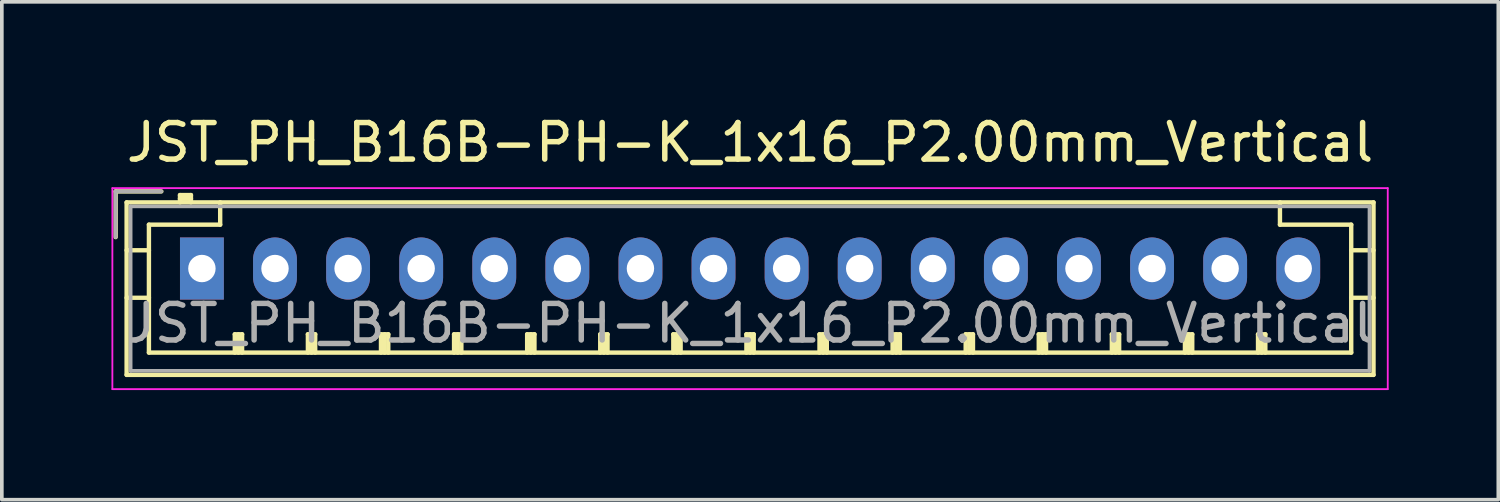
<source format=kicad_pcb>
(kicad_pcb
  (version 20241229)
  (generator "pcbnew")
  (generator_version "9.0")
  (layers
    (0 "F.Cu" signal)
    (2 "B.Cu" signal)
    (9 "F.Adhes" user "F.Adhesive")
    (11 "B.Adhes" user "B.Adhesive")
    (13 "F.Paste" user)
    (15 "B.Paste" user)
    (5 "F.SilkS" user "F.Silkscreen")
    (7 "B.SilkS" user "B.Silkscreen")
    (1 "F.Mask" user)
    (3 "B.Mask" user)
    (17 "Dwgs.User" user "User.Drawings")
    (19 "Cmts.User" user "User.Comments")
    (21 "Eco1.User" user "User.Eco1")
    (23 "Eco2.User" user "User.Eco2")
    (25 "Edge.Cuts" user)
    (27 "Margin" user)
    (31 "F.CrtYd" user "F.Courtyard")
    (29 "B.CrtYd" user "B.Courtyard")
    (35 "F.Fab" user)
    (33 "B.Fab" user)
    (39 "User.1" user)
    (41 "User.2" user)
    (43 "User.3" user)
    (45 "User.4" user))
  (footprint "JST_PH_B16B-PH-K_1x16_P2.00mm_Vertical"
    (layer "F.Cu")
    (at 2.475 4.298)
    (property "Reference" "JST_PH_B16B-PH-K_1x16_P2.00mm_Vertical" (at 15 -3.45 0) (layer "F.SilkS") (effects (font (size 1 1) (thickness 0.15))))
    (attr through_hole)
    (fp_line (start -2.36 -2.11) (end -2.36 -0.86) (stroke (width 0.12) (type solid)) (layer "F.SilkS"))
    (fp_line (start -2.06 -1.81) (end -2.06 2.91) (stroke (width 0.12) (type solid)) (layer "F.SilkS"))
    (fp_line (start -2.06 -0.5) (end -1.45 -0.5) (stroke (width 0.12) (type solid)) (layer "F.SilkS"))
    (fp_line (start -2.06 0.8) (end -1.45 0.8) (stroke (width 0.12) (type solid)) (layer "F.SilkS"))
    (fp_line (start -2.06 2.91) (end 32.06 2.91) (stroke (width 0.12) (type solid)) (layer "F.SilkS"))
    (fp_line (start -1.45 -1.2) (end -1.45 2.3) (stroke (width 0.12) (type solid)) (layer "F.SilkS"))
    (fp_line (start -1.45 2.3) (end 31.45 2.3) (stroke (width 0.12) (type solid)) (layer "F.SilkS"))
    (fp_line (start -1.11 -2.11) (end -2.36 -2.11) (stroke (width 0.12) (type solid)) (layer "F.SilkS"))
    (fp_line (start -0.6 -2.01) (end -0.6 -1.81) (stroke (width 0.12) (type solid)) (layer "F.SilkS"))
    (fp_line (start -0.3 -2.01) (end -0.6 -2.01) (stroke (width 0.12) (type solid)) (layer "F.SilkS"))
    (fp_line (start -0.3 -1.91) (end -0.6 -1.91) (stroke (width 0.12) (type solid)) (layer "F.SilkS"))
    (fp_line (start -0.3 -1.81) (end -0.3 -2.01) (stroke (width 0.12) (type solid)) (layer "F.SilkS"))
    (fp_line (start 0.5 -1.81) (end 0.5 -1.2) (stroke (width 0.12) (type solid)) (layer "F.SilkS"))
    (fp_line (start 0.5 -1.2) (end -1.45 -1.2) (stroke (width 0.12) (type solid)) (layer "F.SilkS"))
    (fp_line (start 0.9 1.8) (end 1.1 1.8) (stroke (width 0.12) (type solid)) (layer "F.SilkS"))
    (fp_line (start 0.9 2.3) (end 0.9 1.8) (stroke (width 0.12) (type solid)) (layer "F.SilkS"))
    (fp_line (start 1 2.3) (end 1 1.8) (stroke (width 0.12) (type solid)) (layer "F.SilkS"))
    (fp_line (start 1.1 1.8) (end 1.1 2.3) (stroke (width 0.12) (type solid)) (layer "F.SilkS"))
    (fp_line (start 2.9 1.8) (end 3.1 1.8) (stroke (width 0.12) (type solid)) (layer "F.SilkS"))
    (fp_line (start 2.9 2.3) (end 2.9 1.8) (stroke (width 0.12) (type solid)) (layer "F.SilkS"))
    (fp_line (start 3 2.3) (end 3 1.8) (stroke (width 0.12) (type solid)) (layer "F.SilkS"))
    (fp_line (start 3.1 1.8) (end 3.1 2.3) (stroke (width 0.12) (type solid)) (layer "F.SilkS"))
    (fp_line (start 4.9 1.8) (end 5.1 1.8) (stroke (width 0.12) (type solid)) (layer "F.SilkS"))
    (fp_line (start 4.9 2.3) (end 4.9 1.8) (stroke (width 0.12) (type solid)) (layer "F.SilkS"))
    (fp_line (start 5 2.3) (end 5 1.8) (stroke (width 0.12) (type solid)) (layer "F.SilkS"))
    (fp_line (start 5.1 1.8) (end 5.1 2.3) (stroke (width 0.12) (type solid)) (layer "F.SilkS"))
    (fp_line (start 6.9 1.8) (end 7.1 1.8) (stroke (width 0.12) (type solid)) (layer "F.SilkS"))
    (fp_line (start 6.9 2.3) (end 6.9 1.8) (stroke (width 0.12) (type solid)) (layer "F.SilkS"))
    (fp_line (start 7 2.3) (end 7 1.8) (stroke (width 0.12) (type solid)) (layer "F.SilkS"))
    (fp_line (start 7.1 1.8) (end 7.1 2.3) (stroke (width 0.12) (type solid)) (layer "F.SilkS"))
    (fp_line (start 8.9 1.8) (end 9.1 1.8) (stroke (width 0.12) (type solid)) (layer "F.SilkS"))
    (fp_line (start 8.9 2.3) (end 8.9 1.8) (stroke (width 0.12) (type solid)) (layer "F.SilkS"))
    (fp_line (start 9 2.3) (end 9 1.8) (stroke (width 0.12) (type solid)) (layer "F.SilkS"))
    (fp_line (start 9.1 1.8) (end 9.1 2.3) (stroke (width 0.12) (type solid)) (layer "F.SilkS"))
    (fp_line (start 10.9 1.8) (end 11.1 1.8) (stroke (width 0.12) (type solid)) (layer "F.SilkS"))
    (fp_line (start 10.9 2.3) (end 10.9 1.8) (stroke (width 0.12) (type solid)) (layer "F.SilkS"))
    (fp_line (start 11 2.3) (end 11 1.8) (stroke (width 0.12) (type solid)) (layer "F.SilkS"))
    (fp_line (start 11.1 1.8) (end 11.1 2.3) (stroke (width 0.12) (type solid)) (layer "F.SilkS"))
    (fp_line (start 12.9 1.8) (end 13.1 1.8) (stroke (width 0.12) (type solid)) (layer "F.SilkS"))
    (fp_line (start 12.9 2.3) (end 12.9 1.8) (stroke (width 0.12) (type solid)) (layer "F.SilkS"))
    (fp_line (start 13 2.3) (end 13 1.8) (stroke (width 0.12) (type solid)) (layer "F.SilkS"))
    (fp_line (start 13.1 1.8) (end 13.1 2.3) (stroke (width 0.12) (type solid)) (layer "F.SilkS"))
    (fp_line (start 14.9 1.8) (end 15.1 1.8) (stroke (width 0.12) (type solid)) (layer "F.SilkS"))
    (fp_line (start 14.9 2.3) (end 14.9 1.8) (stroke (width 0.12) (type solid)) (layer "F.SilkS"))
    (fp_line (start 15 2.3) (end 15 1.8) (stroke (width 0.12) (type solid)) (layer "F.SilkS"))
    (fp_line (start 15.1 1.8) (end 15.1 2.3) (stroke (width 0.12) (type solid)) (layer "F.SilkS"))
    (fp_line (start 16.9 1.8) (end 17.1 1.8) (stroke (width 0.12) (type solid)) (layer "F.SilkS"))
    (fp_line (start 16.9 2.3) (end 16.9 1.8) (stroke (width 0.12) (type solid)) (layer "F.SilkS"))
    (fp_line (start 17 2.3) (end 17 1.8) (stroke (width 0.12) (type solid)) (layer "F.SilkS"))
    (fp_line (start 17.1 1.8) (end 17.1 2.3) (stroke (width 0.12) (type solid)) (layer "F.SilkS"))
    (fp_line (start 18.9 1.8) (end 19.1 1.8) (stroke (width 0.12) (type solid)) (layer "F.SilkS"))
    (fp_line (start 18.9 2.3) (end 18.9 1.8) (stroke (width 0.12) (type solid)) (layer "F.SilkS"))
    (fp_line (start 19 2.3) (end 19 1.8) (stroke (width 0.12) (type solid)) (layer "F.SilkS"))
    (fp_line (start 19.1 1.8) (end 19.1 2.3) (stroke (width 0.12) (type solid)) (layer "F.SilkS"))
    (fp_line (start 20.9 1.8) (end 21.1 1.8) (stroke (width 0.12) (type solid)) (layer "F.SilkS"))
    (fp_line (start 20.9 2.3) (end 20.9 1.8) (stroke (width 0.12) (type solid)) (layer "F.SilkS"))
    (fp_line (start 21 2.3) (end 21 1.8) (stroke (width 0.12) (type solid)) (layer "F.SilkS"))
    (fp_line (start 21.1 1.8) (end 21.1 2.3) (stroke (width 0.12) (type solid)) (layer "F.SilkS"))
    (fp_line (start 22.9 1.8) (end 23.1 1.8) (stroke (width 0.12) (type solid)) (layer "F.SilkS"))
    (fp_line (start 22.9 2.3) (end 22.9 1.8) (stroke (width 0.12) (type solid)) (layer "F.SilkS"))
    (fp_line (start 23 2.3) (end 23 1.8) (stroke (width 0.12) (type solid)) (layer "F.SilkS"))
    (fp_line (start 23.1 1.8) (end 23.1 2.3) (stroke (width 0.12) (type solid)) (layer "F.SilkS"))
    (fp_line (start 24.9 1.8) (end 25.1 1.8) (stroke (width 0.12) (type solid)) (layer "F.SilkS"))
    (fp_line (start 24.9 2.3) (end 24.9 1.8) (stroke (width 0.12) (type solid)) (layer "F.SilkS"))
    (fp_line (start 25 2.3) (end 25 1.8) (stroke (width 0.12) (type solid)) (layer "F.SilkS"))
    (fp_line (start 25.1 1.8) (end 25.1 2.3) (stroke (width 0.12) (type solid)) (layer "F.SilkS"))
    (fp_line (start 26.9 1.8) (end 27.1 1.8) (stroke (width 0.12) (type solid)) (layer "F.SilkS"))
    (fp_line (start 26.9 2.3) (end 26.9 1.8) (stroke (width 0.12) (type solid)) (layer "F.SilkS"))
    (fp_line (start 27 2.3) (end 27 1.8) (stroke (width 0.12) (type solid)) (layer "F.SilkS"))
    (fp_line (start 27.1 1.8) (end 27.1 2.3) (stroke (width 0.12) (type solid)) (layer "F.SilkS"))
    (fp_line (start 28.9 1.8) (end 29.1 1.8) (stroke (width 0.12) (type solid)) (layer "F.SilkS"))
    (fp_line (start 28.9 2.3) (end 28.9 1.8) (stroke (width 0.12) (type solid)) (layer "F.SilkS"))
    (fp_line (start 29 2.3) (end 29 1.8) (stroke (width 0.12) (type solid)) (layer "F.SilkS"))
    (fp_line (start 29.1 1.8) (end 29.1 2.3) (stroke (width 0.12) (type solid)) (layer "F.SilkS"))
    (fp_line (start 29.5 -1.2) (end 29.5 -1.81) (stroke (width 0.12) (type solid)) (layer "F.SilkS"))
    (fp_line (start 31.45 -1.2) (end 29.5 -1.2) (stroke (width 0.12) (type solid)) (layer "F.SilkS"))
    (fp_line (start 31.45 2.3) (end 31.45 -1.2) (stroke (width 0.12) (type solid)) (layer "F.SilkS"))
    (fp_line (start 32.06 -1.81) (end -2.06 -1.81) (stroke (width 0.12) (type solid)) (layer "F.SilkS"))
    (fp_line (start 32.06 -0.5) (end 31.45 -0.5) (stroke (width 0.12) (type solid)) (layer "F.SilkS"))
    (fp_line (start 32.06 0.8) (end 31.45 0.8) (stroke (width 0.12) (type solid)) (layer "F.SilkS"))
    (fp_line (start 32.06 2.91) (end 32.06 -1.81) (stroke (width 0.12) (type solid)) (layer "F.SilkS"))
    (fp_line (start -2.45 -2.2) (end -2.45 3.3) (stroke (width 0.05) (type solid)) (layer "F.CrtYd"))
    (fp_line (start -2.45 3.3) (end 32.45 3.3) (stroke (width 0.05) (type solid)) (layer "F.CrtYd"))
    (fp_line (start 32.45 -2.2) (end -2.45 -2.2) (stroke (width 0.05) (type solid)) (layer "F.CrtYd"))
    (fp_line (start 32.45 3.3) (end 32.45 -2.2) (stroke (width 0.05) (type solid)) (layer "F.CrtYd"))
    (fp_line (start -2.36 -2.11) (end -2.36 -0.86) (stroke (width 0.1) (type solid)) (layer "F.Fab"))
    (fp_line (start -1.95 -1.7) (end -1.95 2.8) (stroke (width 0.1) (type solid)) (layer "F.Fab"))
    (fp_line (start -1.95 2.8) (end 31.95 2.8) (stroke (width 0.1) (type solid)) (layer "F.Fab"))
    (fp_line (start -1.11 -2.11) (end -2.36 -2.11) (stroke (width 0.1) (type solid)) (layer "F.Fab"))
    (fp_line (start 31.95 -1.7) (end -1.95 -1.7) (stroke (width 0.1) (type solid)) (layer "F.Fab"))
    (fp_line (start 31.95 2.8) (end 31.95 -1.7) (stroke (width 0.1) (type solid)) (layer "F.Fab"))
    (fp_text user "${REFERENCE}" (at 15 1.5 0) (layer "F.Fab") (effects (font (size 1 1) (thickness 0.15))))
    (pad "1" thru_hole rect (at 0 0) (size 1.2 1.7) (drill 0.75) (layers "*.Cu" "*.Mask"))
    (pad "2" thru_hole oval (at 2 0) (size 1.2 1.7) (drill 0.75) (layers "*.Cu" "*.Mask"))
    (pad "3" thru_hole oval (at 4 0) (size 1.2 1.7) (drill 0.75) (layers "*.Cu" "*.Mask"))
    (pad "4" thru_hole oval (at 6 0) (size 1.2 1.7) (drill 0.75) (layers "*.Cu" "*.Mask"))
    (pad "5" thru_hole oval (at 8 0) (size 1.2 1.7) (drill 0.75) (layers "*.Cu" "*.Mask"))
    (pad "6" thru_hole oval (at 10 0) (size 1.2 1.7) (drill 0.75) (layers "*.Cu" "*.Mask"))
    (pad "7" thru_hole oval (at 12 0) (size 1.2 1.7) (drill 0.75) (layers "*.Cu" "*.Mask"))
    (pad "8" thru_hole oval (at 14 0) (size 1.2 1.7) (drill 0.75) (layers "*.Cu" "*.Mask"))
    (pad "9" thru_hole oval (at 16 0) (size 1.2 1.7) (drill 0.75) (layers "*.Cu" "*.Mask"))
    (pad "10" thru_hole oval (at 18 0) (size 1.2 1.7) (drill 0.75) (layers "*.Cu" "*.Mask"))
    (pad "11" thru_hole oval (at 20 0) (size 1.2 1.7) (drill 0.75) (layers "*.Cu" "*.Mask"))
    (pad "12" thru_hole oval (at 22 0) (size 1.2 1.7) (drill 0.75) (layers "*.Cu" "*.Mask"))
    (pad "13" thru_hole oval (at 24 0) (size 1.2 1.7) (drill 0.75) (layers "*.Cu" "*.Mask"))
    (pad "14" thru_hole oval (at 26 0) (size 1.2 1.7) (drill 0.75) (layers "*.Cu" "*.Mask"))
    (pad "15" thru_hole oval (at 28 0) (size 1.2 1.7) (drill 0.75) (layers "*.Cu" "*.Mask"))
    (pad "16" thru_hole oval (at 30 0) (size 1.2 1.7) (drill 0.75) (layers "*.Cu" "*.Mask")))
  (gr_rect
    (start -3 -3)
    (end 37.95 10.623)
    (stroke (width 0.1) (type default))
    (fill no)
    (layer "Edge.Cuts")))
</source>
